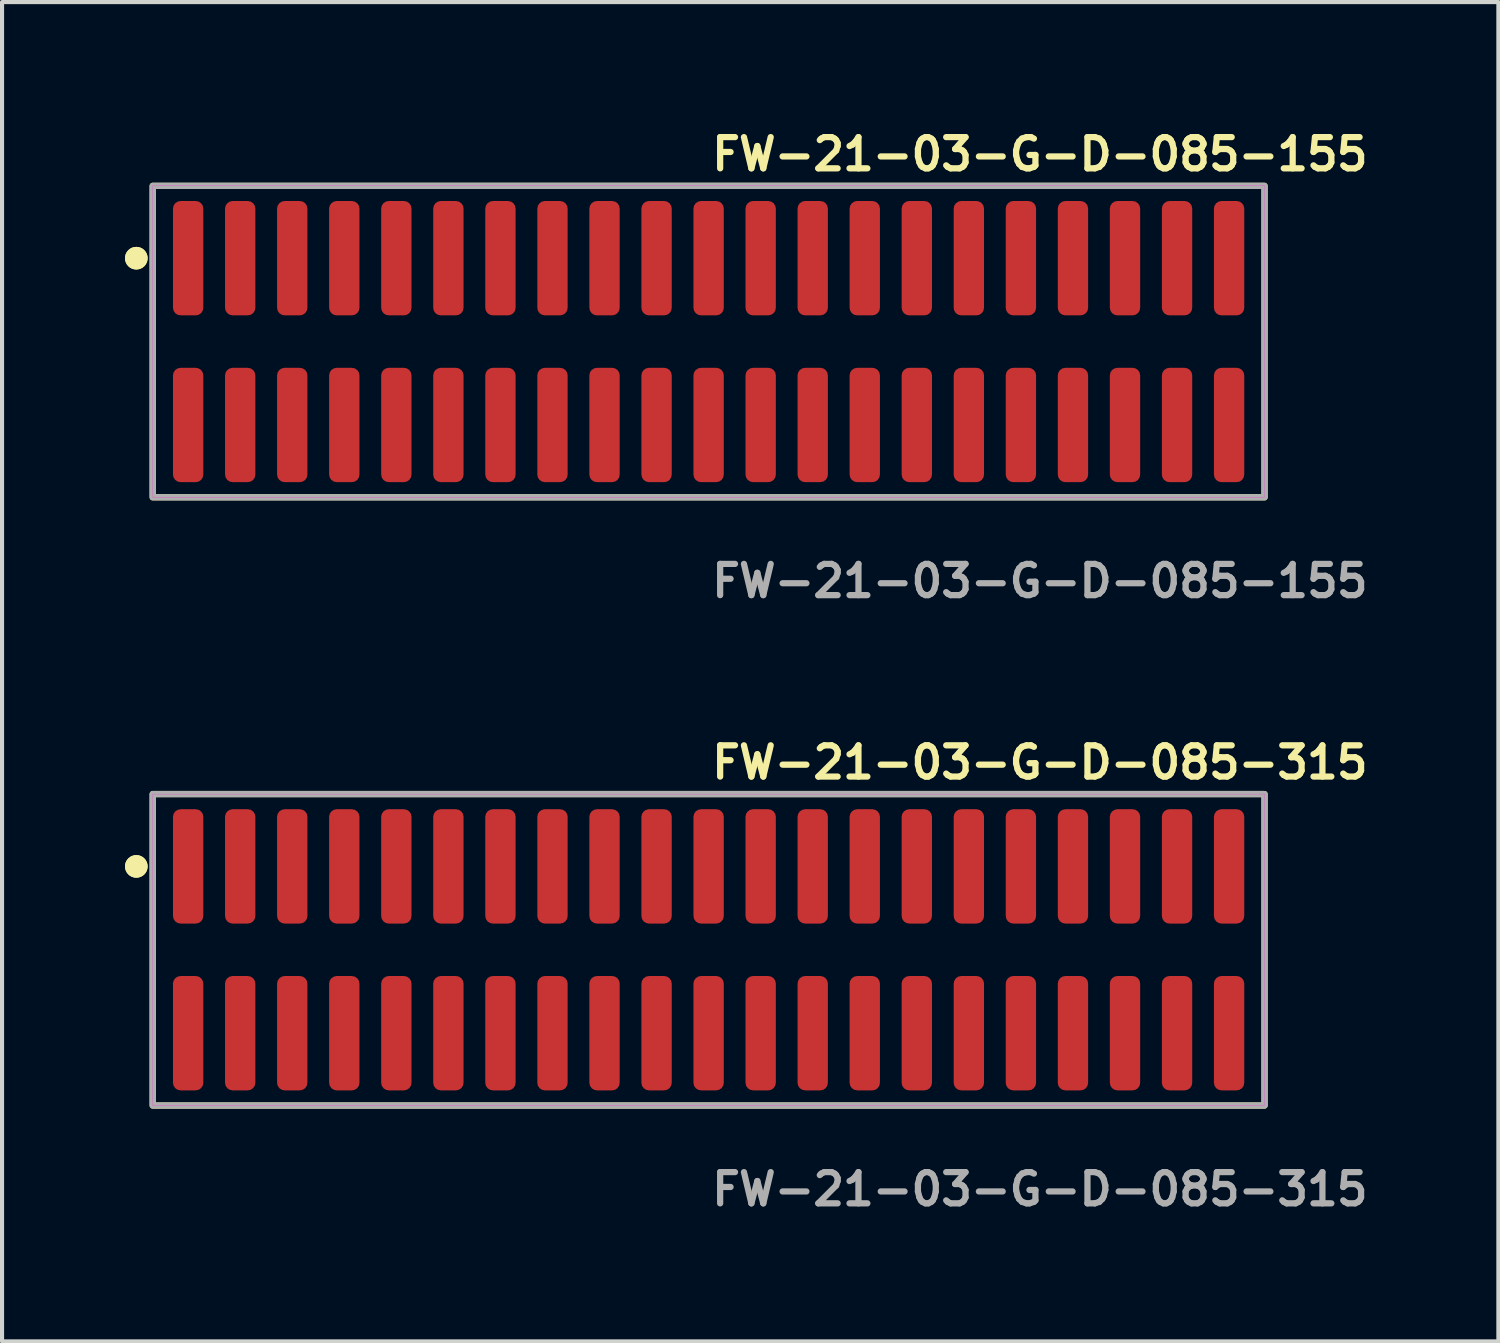
<source format=kicad_pcb>
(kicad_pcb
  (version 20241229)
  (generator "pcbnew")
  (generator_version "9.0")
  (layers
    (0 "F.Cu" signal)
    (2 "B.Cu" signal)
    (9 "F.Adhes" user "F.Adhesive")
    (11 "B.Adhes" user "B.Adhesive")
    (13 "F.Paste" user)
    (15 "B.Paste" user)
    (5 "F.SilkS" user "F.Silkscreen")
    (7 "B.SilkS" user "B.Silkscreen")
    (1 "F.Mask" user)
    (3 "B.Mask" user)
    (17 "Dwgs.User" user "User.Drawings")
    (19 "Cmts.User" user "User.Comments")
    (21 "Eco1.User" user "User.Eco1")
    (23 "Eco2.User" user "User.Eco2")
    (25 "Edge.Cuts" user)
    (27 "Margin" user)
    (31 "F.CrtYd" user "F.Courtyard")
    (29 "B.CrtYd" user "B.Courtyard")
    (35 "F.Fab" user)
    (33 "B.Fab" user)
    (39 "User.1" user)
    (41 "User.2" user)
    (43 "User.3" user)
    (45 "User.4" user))
  (footprint "FW-21-03-G-D-085-315"
    (layer "F.Cu")
    (at 14.241 20.126)
    (property "Reference" "FW-21-03-G-D-085-315" (at 0 -4.572 0) (unlocked yes) (layer "F.SilkS") (effects (font (size 0.762 0.762) (thickness 0.152)) (justify left)))
    (fp_rect (start -13.565 3.8) (end 13.565 -3.8) (stroke (width 0.152) (type solid)) (fill no) (layer "F.SilkS"))
    (fp_circle (center -13.965 -2.035) (end -14.165 -2.035) (stroke (width 0.152) (type solid)) (fill yes) (layer "F.SilkS"))
    (fp_circle (center -13.965 -2.035) (end -14.165 -2.035) (stroke (width 0.152) (type solid)) (fill yes) (layer "F.SilkS"))
    (fp_rect (start -13.565 3.8) (end 13.565 -3.8) (stroke (width 0.006) (type solid)) (fill no) (layer "F.CrtYd"))
    (fp_rect (start -13.565 3.8) (end 13.565 -3.8) (stroke (width 0.152) (type solid)) (fill no) (layer "F.Fab"))
    (fp_text user "${REFERENCE}" (at 0 5.842 0) (unlocked yes) (layer "F.Fab") (effects (font (size 0.762 0.762) (thickness 0.152)) (justify left)))
    (pad "1" smd roundrect (at -12.7 -2.035) (size 0.74 2.79) (layers "F.Cu" "F.Paste") (roundrect_rratio 0.25))
    (pad "2" smd roundrect (at -12.7 2.035) (size 0.74 2.79) (layers "F.Cu" "F.Paste") (roundrect_rratio 0.25))
    (pad "3" smd roundrect (at -11.43 -2.035) (size 0.74 2.79) (layers "F.Cu" "F.Paste") (roundrect_rratio 0.25))
    (pad "4" smd roundrect (at -11.43 2.035) (size 0.74 2.79) (layers "F.Cu" "F.Paste") (roundrect_rratio 0.25))
    (pad "5" smd roundrect (at -10.16 -2.035) (size 0.74 2.79) (layers "F.Cu" "F.Paste") (roundrect_rratio 0.25))
    (pad "6" smd roundrect (at -10.16 2.035) (size 0.74 2.79) (layers "F.Cu" "F.Paste") (roundrect_rratio 0.25))
    (pad "7" smd roundrect (at -8.89 -2.035) (size 0.74 2.79) (layers "F.Cu" "F.Paste") (roundrect_rratio 0.25))
    (pad "8" smd roundrect (at -8.89 2.035) (size 0.74 2.79) (layers "F.Cu" "F.Paste") (roundrect_rratio 0.25))
    (pad "9" smd roundrect (at -7.62 -2.035) (size 0.74 2.79) (layers "F.Cu" "F.Paste") (roundrect_rratio 0.25))
    (pad "10" smd roundrect (at -7.62 2.035) (size 0.74 2.79) (layers "F.Cu" "F.Paste") (roundrect_rratio 0.25))
    (pad "11" smd roundrect (at -6.35 -2.035) (size 0.74 2.79) (layers "F.Cu" "F.Paste") (roundrect_rratio 0.25))
    (pad "12" smd roundrect (at -6.35 2.035) (size 0.74 2.79) (layers "F.Cu" "F.Paste") (roundrect_rratio 0.25))
    (pad "13" smd roundrect (at -5.08 -2.035) (size 0.74 2.79) (layers "F.Cu" "F.Paste") (roundrect_rratio 0.25))
    (pad "14" smd roundrect (at -5.08 2.035) (size 0.74 2.79) (layers "F.Cu" "F.Paste") (roundrect_rratio 0.25))
    (pad "15" smd roundrect (at -3.81 -2.035) (size 0.74 2.79) (layers "F.Cu" "F.Paste") (roundrect_rratio 0.25))
    (pad "16" smd roundrect (at -3.81 2.035) (size 0.74 2.79) (layers "F.Cu" "F.Paste") (roundrect_rratio 0.25))
    (pad "17" smd roundrect (at -2.54 -2.035) (size 0.74 2.79) (layers "F.Cu" "F.Paste") (roundrect_rratio 0.25))
    (pad "18" smd roundrect (at -2.54 2.035) (size 0.74 2.79) (layers "F.Cu" "F.Paste") (roundrect_rratio 0.25))
    (pad "19" smd roundrect (at -1.27 -2.035) (size 0.74 2.79) (layers "F.Cu" "F.Paste") (roundrect_rratio 0.25))
    (pad "20" smd roundrect (at -1.27 2.035) (size 0.74 2.79) (layers "F.Cu" "F.Paste") (roundrect_rratio 0.25))
    (pad "21" smd roundrect (at 0 -2.035) (size 0.74 2.79) (layers "F.Cu" "F.Paste") (roundrect_rratio 0.25))
    (pad "22" smd roundrect (at 0 2.035) (size 0.74 2.79) (layers "F.Cu" "F.Paste") (roundrect_rratio 0.25))
    (pad "23" smd roundrect (at 1.27 -2.035) (size 0.74 2.79) (layers "F.Cu" "F.Paste") (roundrect_rratio 0.25))
    (pad "24" smd roundrect (at 1.27 2.035) (size 0.74 2.79) (layers "F.Cu" "F.Paste") (roundrect_rratio 0.25))
    (pad "25" smd roundrect (at 2.54 -2.035) (size 0.74 2.79) (layers "F.Cu" "F.Paste") (roundrect_rratio 0.25))
    (pad "26" smd roundrect (at 2.54 2.035) (size 0.74 2.79) (layers "F.Cu" "F.Paste") (roundrect_rratio 0.25))
    (pad "27" smd roundrect (at 3.81 -2.035) (size 0.74 2.79) (layers "F.Cu" "F.Paste") (roundrect_rratio 0.25))
    (pad "28" smd roundrect (at 3.81 2.035) (size 0.74 2.79) (layers "F.Cu" "F.Paste") (roundrect_rratio 0.25))
    (pad "29" smd roundrect (at 5.08 -2.035) (size 0.74 2.79) (layers "F.Cu" "F.Paste") (roundrect_rratio 0.25))
    (pad "30" smd roundrect (at 5.08 2.035) (size 0.74 2.79) (layers "F.Cu" "F.Paste") (roundrect_rratio 0.25))
    (pad "31" smd roundrect (at 6.35 -2.035) (size 0.74 2.79) (layers "F.Cu" "F.Paste") (roundrect_rratio 0.25))
    (pad "32" smd roundrect (at 6.35 2.035) (size 0.74 2.79) (layers "F.Cu" "F.Paste") (roundrect_rratio 0.25))
    (pad "33" smd roundrect (at 7.62 -2.035) (size 0.74 2.79) (layers "F.Cu" "F.Paste") (roundrect_rratio 0.25))
    (pad "34" smd roundrect (at 7.62 2.035) (size 0.74 2.79) (layers "F.Cu" "F.Paste") (roundrect_rratio 0.25))
    (pad "35" smd roundrect (at 8.89 -2.035) (size 0.74 2.79) (layers "F.Cu" "F.Paste") (roundrect_rratio 0.25))
    (pad "36" smd roundrect (at 8.89 2.035) (size 0.74 2.79) (layers "F.Cu" "F.Paste") (roundrect_rratio 0.25))
    (pad "37" smd roundrect (at 10.16 -2.035) (size 0.74 2.79) (layers "F.Cu" "F.Paste") (roundrect_rratio 0.25))
    (pad "38" smd roundrect (at 10.16 2.035) (size 0.74 2.79) (layers "F.Cu" "F.Paste") (roundrect_rratio 0.25))
    (pad "39" smd roundrect (at 11.43 -2.035) (size 0.74 2.79) (layers "F.Cu" "F.Paste") (roundrect_rratio 0.25))
    (pad "40" smd roundrect (at 11.43 2.035) (size 0.74 2.79) (layers "F.Cu" "F.Paste") (roundrect_rratio 0.25))
    (pad "41" smd roundrect (at 12.7 -2.035) (size 0.74 2.79) (layers "F.Cu" "F.Paste") (roundrect_rratio 0.25))
    (pad "42" smd roundrect (at 12.7 2.035) (size 0.74 2.79) (layers "F.Cu" "F.Paste") (roundrect_rratio 0.25)))
  (footprint "FW-21-03-G-D-085-155"
    (layer "F.Cu")
    (at 14.241 5.285)
    (property "Reference" "FW-21-03-G-D-085-155" (at 0 -4.572 0) (unlocked yes) (layer "F.SilkS") (effects (font (size 0.762 0.762) (thickness 0.152)) (justify left)))
    (fp_rect (start -13.565 3.8) (end 13.565 -3.8) (stroke (width 0.152) (type solid)) (fill no) (layer "F.SilkS"))
    (fp_circle (center -13.965 -2.035) (end -14.165 -2.035) (stroke (width 0.152) (type solid)) (fill yes) (layer "F.SilkS"))
    (fp_circle (center -13.965 -2.035) (end -14.165 -2.035) (stroke (width 0.152) (type solid)) (fill yes) (layer "F.SilkS"))
    (fp_rect (start -13.565 3.8) (end 13.565 -3.8) (stroke (width 0.006) (type solid)) (fill no) (layer "F.CrtYd"))
    (fp_rect (start -13.565 3.8) (end 13.565 -3.8) (stroke (width 0.152) (type solid)) (fill no) (layer "F.Fab"))
    (fp_text user "${REFERENCE}" (at 0 5.842 0) (unlocked yes) (layer "F.Fab") (effects (font (size 0.762 0.762) (thickness 0.152)) (justify left)))
    (pad "1" smd roundrect (at -12.7 -2.035) (size 0.74 2.79) (layers "F.Cu" "F.Paste") (roundrect_rratio 0.25))
    (pad "2" smd roundrect (at -12.7 2.035) (size 0.74 2.79) (layers "F.Cu" "F.Paste") (roundrect_rratio 0.25))
    (pad "3" smd roundrect (at -11.43 -2.035) (size 0.74 2.79) (layers "F.Cu" "F.Paste") (roundrect_rratio 0.25))
    (pad "4" smd roundrect (at -11.43 2.035) (size 0.74 2.79) (layers "F.Cu" "F.Paste") (roundrect_rratio 0.25))
    (pad "5" smd roundrect (at -10.16 -2.035) (size 0.74 2.79) (layers "F.Cu" "F.Paste") (roundrect_rratio 0.25))
    (pad "6" smd roundrect (at -10.16 2.035) (size 0.74 2.79) (layers "F.Cu" "F.Paste") (roundrect_rratio 0.25))
    (pad "7" smd roundrect (at -8.89 -2.035) (size 0.74 2.79) (layers "F.Cu" "F.Paste") (roundrect_rratio 0.25))
    (pad "8" smd roundrect (at -8.89 2.035) (size 0.74 2.79) (layers "F.Cu" "F.Paste") (roundrect_rratio 0.25))
    (pad "9" smd roundrect (at -7.62 -2.035) (size 0.74 2.79) (layers "F.Cu" "F.Paste") (roundrect_rratio 0.25))
    (pad "10" smd roundrect (at -7.62 2.035) (size 0.74 2.79) (layers "F.Cu" "F.Paste") (roundrect_rratio 0.25))
    (pad "11" smd roundrect (at -6.35 -2.035) (size 0.74 2.79) (layers "F.Cu" "F.Paste") (roundrect_rratio 0.25))
    (pad "12" smd roundrect (at -6.35 2.035) (size 0.74 2.79) (layers "F.Cu" "F.Paste") (roundrect_rratio 0.25))
    (pad "13" smd roundrect (at -5.08 -2.035) (size 0.74 2.79) (layers "F.Cu" "F.Paste") (roundrect_rratio 0.25))
    (pad "14" smd roundrect (at -5.08 2.035) (size 0.74 2.79) (layers "F.Cu" "F.Paste") (roundrect_rratio 0.25))
    (pad "15" smd roundrect (at -3.81 -2.035) (size 0.74 2.79) (layers "F.Cu" "F.Paste") (roundrect_rratio 0.25))
    (pad "16" smd roundrect (at -3.81 2.035) (size 0.74 2.79) (layers "F.Cu" "F.Paste") (roundrect_rratio 0.25))
    (pad "17" smd roundrect (at -2.54 -2.035) (size 0.74 2.79) (layers "F.Cu" "F.Paste") (roundrect_rratio 0.25))
    (pad "18" smd roundrect (at -2.54 2.035) (size 0.74 2.79) (layers "F.Cu" "F.Paste") (roundrect_rratio 0.25))
    (pad "19" smd roundrect (at -1.27 -2.035) (size 0.74 2.79) (layers "F.Cu" "F.Paste") (roundrect_rratio 0.25))
    (pad "20" smd roundrect (at -1.27 2.035) (size 0.74 2.79) (layers "F.Cu" "F.Paste") (roundrect_rratio 0.25))
    (pad "21" smd roundrect (at 0 -2.035) (size 0.74 2.79) (layers "F.Cu" "F.Paste") (roundrect_rratio 0.25))
    (pad "22" smd roundrect (at 0 2.035) (size 0.74 2.79) (layers "F.Cu" "F.Paste") (roundrect_rratio 0.25))
    (pad "23" smd roundrect (at 1.27 -2.035) (size 0.74 2.79) (layers "F.Cu" "F.Paste") (roundrect_rratio 0.25))
    (pad "24" smd roundrect (at 1.27 2.035) (size 0.74 2.79) (layers "F.Cu" "F.Paste") (roundrect_rratio 0.25))
    (pad "25" smd roundrect (at 2.54 -2.035) (size 0.74 2.79) (layers "F.Cu" "F.Paste") (roundrect_rratio 0.25))
    (pad "26" smd roundrect (at 2.54 2.035) (size 0.74 2.79) (layers "F.Cu" "F.Paste") (roundrect_rratio 0.25))
    (pad "27" smd roundrect (at 3.81 -2.035) (size 0.74 2.79) (layers "F.Cu" "F.Paste") (roundrect_rratio 0.25))
    (pad "28" smd roundrect (at 3.81 2.035) (size 0.74 2.79) (layers "F.Cu" "F.Paste") (roundrect_rratio 0.25))
    (pad "29" smd roundrect (at 5.08 -2.035) (size 0.74 2.79) (layers "F.Cu" "F.Paste") (roundrect_rratio 0.25))
    (pad "30" smd roundrect (at 5.08 2.035) (size 0.74 2.79) (layers "F.Cu" "F.Paste") (roundrect_rratio 0.25))
    (pad "31" smd roundrect (at 6.35 -2.035) (size 0.74 2.79) (layers "F.Cu" "F.Paste") (roundrect_rratio 0.25))
    (pad "32" smd roundrect (at 6.35 2.035) (size 0.74 2.79) (layers "F.Cu" "F.Paste") (roundrect_rratio 0.25))
    (pad "33" smd roundrect (at 7.62 -2.035) (size 0.74 2.79) (layers "F.Cu" "F.Paste") (roundrect_rratio 0.25))
    (pad "34" smd roundrect (at 7.62 2.035) (size 0.74 2.79) (layers "F.Cu" "F.Paste") (roundrect_rratio 0.25))
    (pad "35" smd roundrect (at 8.89 -2.035) (size 0.74 2.79) (layers "F.Cu" "F.Paste") (roundrect_rratio 0.25))
    (pad "36" smd roundrect (at 8.89 2.035) (size 0.74 2.79) (layers "F.Cu" "F.Paste") (roundrect_rratio 0.25))
    (pad "37" smd roundrect (at 10.16 -2.035) (size 0.74 2.79) (layers "F.Cu" "F.Paste") (roundrect_rratio 0.25))
    (pad "38" smd roundrect (at 10.16 2.035) (size 0.74 2.79) (layers "F.Cu" "F.Paste") (roundrect_rratio 0.25))
    (pad "39" smd roundrect (at 11.43 -2.035) (size 0.74 2.79) (layers "F.Cu" "F.Paste") (roundrect_rratio 0.25))
    (pad "40" smd roundrect (at 11.43 2.035) (size 0.74 2.79) (layers "F.Cu" "F.Paste") (roundrect_rratio 0.25))
    (pad "41" smd roundrect (at 12.7 -2.035) (size 0.74 2.79) (layers "F.Cu" "F.Paste") (roundrect_rratio 0.25))
    (pad "42" smd roundrect (at 12.7 2.035) (size 0.74 2.79) (layers "F.Cu" "F.Paste") (roundrect_rratio 0.25)))
  (gr_rect
    (start -3 -3)
    (end 33.512 29.681)
    (stroke (width 0.1) (type default))
    (fill no)
    (layer "Edge.Cuts")))
</source>
